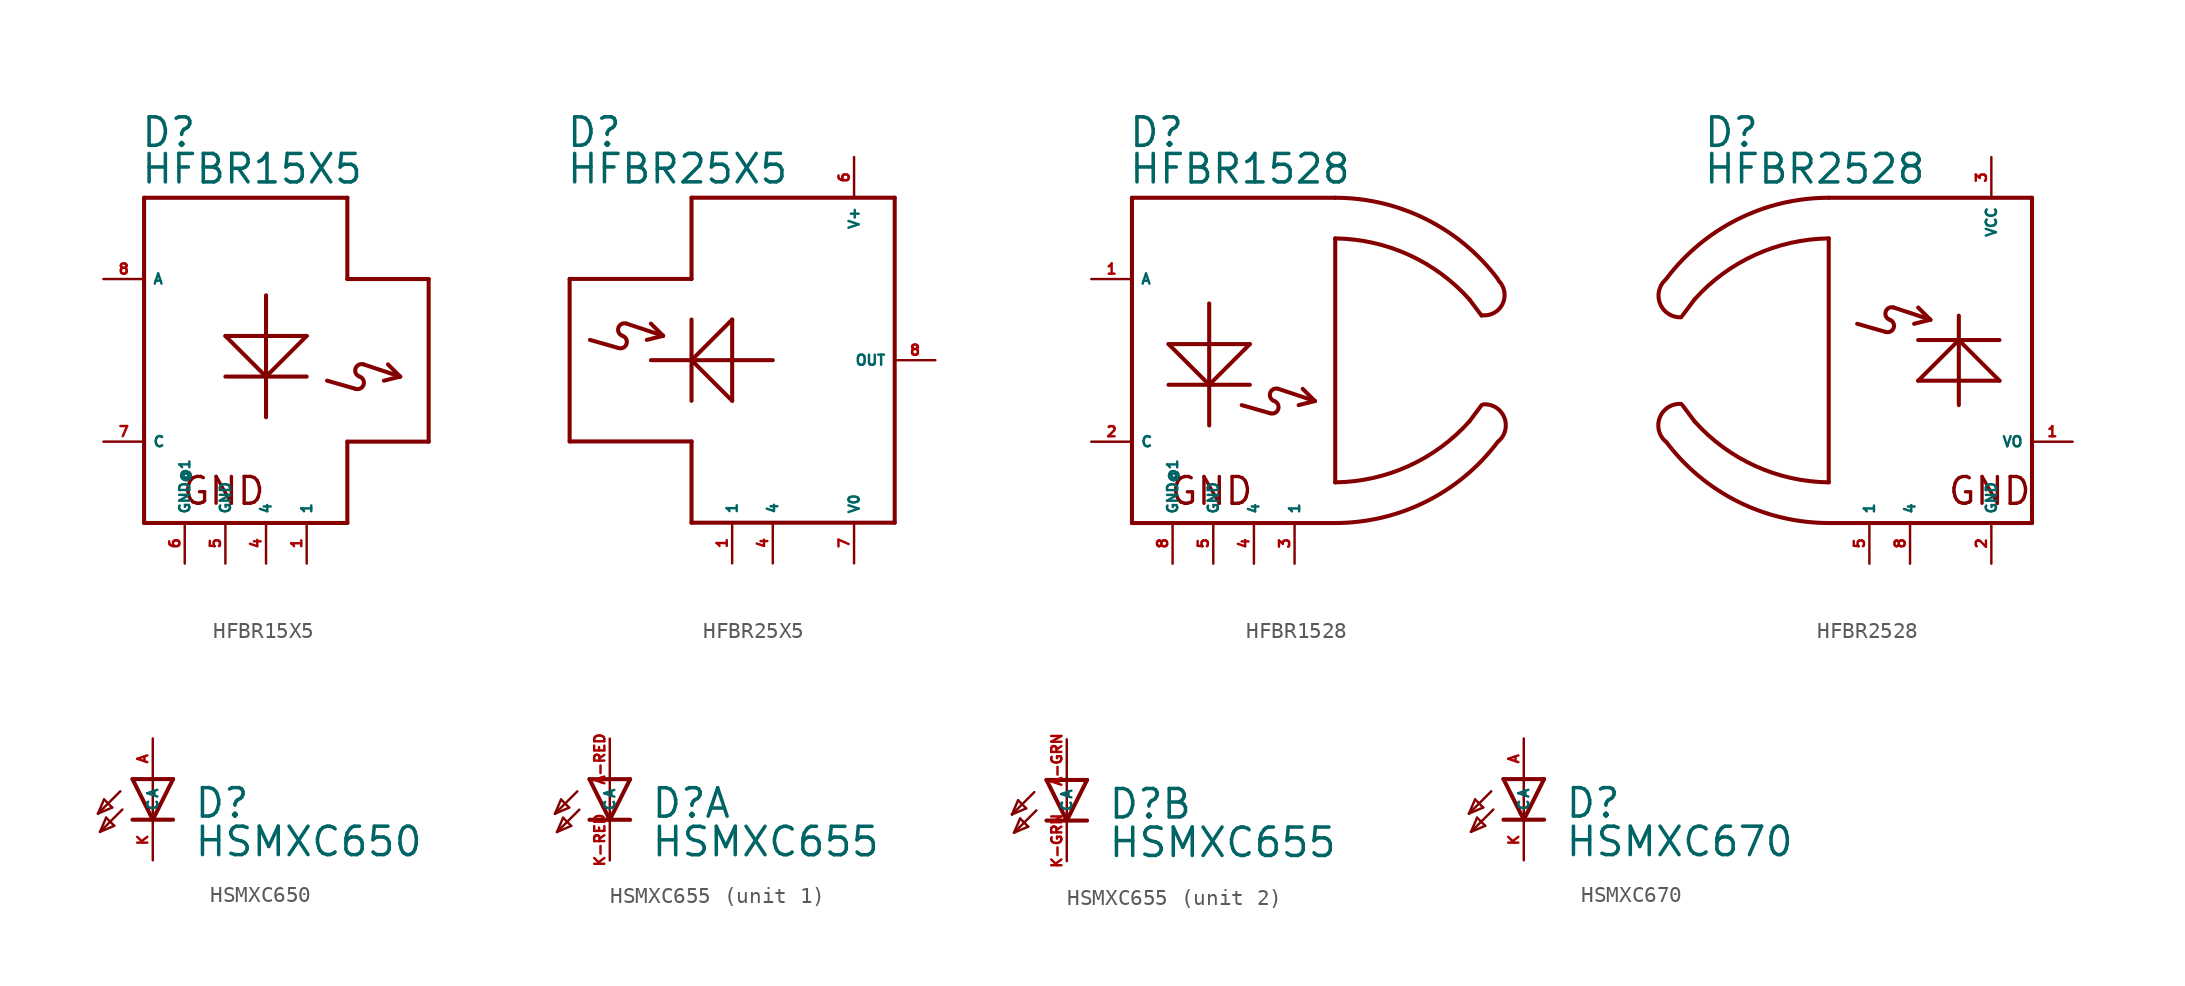
<source format=kicad_sym>
(kicad_symbol_lib
  (version 20220914)
  (generator kicad_symbol_editor)
  (symbol "HFBR15X5"
    (property "Reference" "D"
      (at -5.334 13.208 0)
      (effects (font (size 1.778 1.778) (thickness 0.22)) (justify left bottom)))
    (property "Value" "HFBR15X5"
      (at -5.334 10.922 0)
      (effects (font (size 1.778 1.778) (thickness 0.22)) (justify left bottom)))
    (symbol "HFBR15X5_1_1"
      (polyline (pts (xy -5.08 -10.16) (xy 7.62 -10.16)) (stroke (width 0.254) (type default)) (fill (type none)))
      (polyline (pts (xy -5.08 10.16) (xy -5.08 -10.16)) (stroke (width 0.254) (type default)) (fill (type none)))
      (polyline (pts (xy 0 1.524) (xy 2.54 -1.016)) (stroke (width 0.254) (type default)) (fill (type none)))
      (polyline (pts (xy 2.54 -1.016) (xy 2.54 -3.556)) (stroke (width 0.254) (type default)) (fill (type none)))
      (polyline (pts (xy 2.54 -1.016) (xy 5.08 1.524)) (stroke (width 0.254) (type default)) (fill (type none)))
      (polyline (pts (xy 2.54 4.064) (xy 2.54 -1.016)) (stroke (width 0.254) (type default)) (fill (type none)))
      (polyline (pts (xy 5.08 -1.016) (xy 0 -1.016)) (stroke (width 0.254) (type default)) (fill (type none)))
      (polyline (pts (xy 5.08 1.524) (xy 0 1.524)) (stroke (width 0.254) (type default)) (fill (type none)))
      (polyline (pts (xy 6.35 -1.27) (xy 8.128 -1.778)) (stroke (width 0.254) (type default)) (fill (type none)))
      (polyline (pts (xy 7.62 -10.16) (xy 7.62 -5.08)) (stroke (width 0.254) (type default)) (fill (type none)))
      (polyline (pts (xy 7.62 -5.08) (xy 12.7 -5.08)) (stroke (width 0.254) (type default)) (fill (type none)))
      (polyline (pts (xy 7.62 5.08) (xy 7.62 10.16)) (stroke (width 0.254) (type default)) (fill (type none)))
      (polyline (pts (xy 7.62 10.16) (xy -5.08 10.16)) (stroke (width 0.254) (type default)) (fill (type none)))
      (polyline (pts (xy 8.636 -0.254) (xy 10.922 -1.016)) (stroke (width 0.254) (type default)) (fill (type none)))
      (polyline (pts (xy 10.922 -1.016) (xy 9.906 -1.27)) (stroke (width 0.254) (type default)) (fill (type none)))
      (polyline (pts (xy 10.922 -1.016) (xy 10.16 -0.254)) (stroke (width 0.254) (type default)) (fill (type none)))
      (polyline (pts (xy 12.7 -5.08) (xy 12.7 5.08)) (stroke (width 0.254) (type default)) (fill (type none)))
      (polyline (pts (xy 12.7 5.08) (xy 7.62 5.08)) (stroke (width 0.254) (type default)) (fill (type none)))
      (arc (start 8.128 -1.778) (mid 8.6344 -1.5235) (end 8.382 -1.016) (stroke (width 0.254) (type default)) (fill (type none)))
      (arc (start 8.636 -0.254) (mid 8.1296 -0.5085) (end 8.382 -1.016) (stroke (width 0.254) (type default)) (fill (type none)))
      (text "GND" (at -2.794 -9.144 0) (effects (font (size 1.676 1.676) (thickness 0.21)) (justify left bottom)))
      (pin passive line (at 5.08 -12.7 90) (length 2.54) (name "1" (effects (font (size 0.635 0.635)))) (number "1" (effects (font (size 0.635 0.635)))))
      (pin passive line (at 2.54 -12.7 90) (length 2.54) (name "4" (effects (font (size 0.635 0.635)))) (number "4" (effects (font (size 0.635 0.635)))))
      (pin passive line (at 0 -12.7 90) (length 2.54) (name "GND" (effects (font (size 0.635 0.635)))) (number "5" (effects (font (size 0.635 0.635)))))
      (pin passive line (at -2.54 -12.7 90) (length 2.54) (name "GND@1" (effects (font (size 0.635 0.635)))) (number "6" (effects (font (size 0.635 0.635)))))
      (pin output line (at -7.62 -5.08 0) (length 2.54) (name "C" (effects (font (size 0.635 0.635)))) (number "7" (effects (font (size 0.635 0.635)))))
      (pin output line (at -7.62 5.08 0) (length 2.54) (name "A" (effects (font (size 0.635 0.635)))) (number "8" (effects (font (size 0.635 0.635)))))))
  (symbol "HFBR25X5"
    (property "Reference" "D"
      (at -15.494 13.208 0)
      (effects (font (size 1.778 1.778) (thickness 0.22)) (justify left bottom)))
    (property "Value" "HFBR25X5"
      (at -15.494 10.922 0)
      (effects (font (size 1.778 1.778) (thickness 0.22)) (justify left bottom)))
    (symbol "HFBR25X5_1_1"
      (arc (start -12.192 0.762) (mid -11.6856 1.0165) (end -11.938 1.524) (stroke (width 0.254) (type default)) (fill (type none)))
      (arc (start -11.684 2.286) (mid -12.1904 2.0315) (end -11.938 1.524) (stroke (width 0.254) (type default)) (fill (type none)))
      (polyline (pts (xy -15.24 -5.08) (xy -15.24 5.08)) (stroke (width 0.254) (type default)) (fill (type none)))
      (polyline (pts (xy -15.24 5.08) (xy -7.62 5.08)) (stroke (width 0.254) (type default)) (fill (type none)))
      (polyline (pts (xy -13.97 1.27) (xy -12.192 0.762)) (stroke (width 0.254) (type default)) (fill (type none)))
      (polyline (pts (xy -11.684 2.286) (xy -9.398 1.524)) (stroke (width 0.254) (type default)) (fill (type none)))
      (polyline (pts (xy -9.398 1.524) (xy -10.414 1.27)) (stroke (width 0.254) (type default)) (fill (type none)))
      (polyline (pts (xy -9.398 1.524) (xy -10.16 2.286)) (stroke (width 0.254) (type default)) (fill (type none)))
      (polyline (pts (xy -7.62 -10.16) (xy -7.62 -5.08)) (stroke (width 0.254) (type default)) (fill (type none)))
      (polyline (pts (xy -7.62 -5.08) (xy -15.24 -5.08)) (stroke (width 0.254) (type default)) (fill (type none)))
      (polyline (pts (xy -7.62 0) (xy -10.16 0)) (stroke (width 0.254) (type default)) (fill (type none)))
      (polyline (pts (xy -7.62 0) (xy -5.08 2.54)) (stroke (width 0.254) (type default)) (fill (type none)))
      (polyline (pts (xy -7.62 2.54) (xy -7.62 -2.54)) (stroke (width 0.254) (type default)) (fill (type none)))
      (polyline (pts (xy -7.62 5.08) (xy -7.62 10.16)) (stroke (width 0.254) (type default)) (fill (type none)))
      (polyline (pts (xy -7.62 10.16) (xy 5.08 10.16)) (stroke (width 0.254) (type default)) (fill (type none)))
      (polyline (pts (xy -5.08 -2.54) (xy -7.62 0)) (stroke (width 0.254) (type default)) (fill (type none)))
      (polyline (pts (xy -5.08 2.54) (xy -5.08 -2.54)) (stroke (width 0.254) (type default)) (fill (type none)))
      (polyline (pts (xy -2.54 0) (xy -7.62 0)) (stroke (width 0.254) (type default)) (fill (type none)))
      (polyline (pts (xy 5.08 -10.16) (xy -7.62 -10.16)) (stroke (width 0.254) (type default)) (fill (type none)))
      (polyline (pts (xy 5.08 10.16) (xy 5.08 -10.16)) (stroke (width 0.254) (type default)) (fill (type none)))
      (pin passive line (at -5.08 -12.7 90) (length 2.54) (name "1" (effects (font (size 0.635 0.635)))) (number "1" (effects (font (size 0.635 0.635)))))
      (pin passive line (at -2.54 -12.7 90) (length 2.54) (name "4" (effects (font (size 0.635 0.635)))) (number "4" (effects (font (size 0.635 0.635)))))
      (pin passive line (at 2.54 12.7 270) (length 2.54) (name "V+" (effects (font (size 0.635 0.635)))) (number "6" (effects (font (size 0.635 0.635)))))
      (pin passive line (at 2.54 -12.7 90) (length 2.54) (name "V0" (effects (font (size 0.635 0.635)))) (number "7" (effects (font (size 0.635 0.635)))))
      (pin output line (at 7.62 0 180) (length 2.54) (name "OUT" (effects (font (size 0.635 0.635)))) (number "8" (effects (font (size 0.635 0.635)))))))
  (symbol "HFBR1528"
    (property "Reference" "D"
      (at -5.334 13.208 0)
      (effects (font (size 1.778 1.778) (thickness 0.22)) (justify left bottom)))
    (property "Value" "HFBR1528"
      (at -5.334 10.922 0)
      (effects (font (size 1.778 1.778) (thickness 0.22)) (justify left bottom)))
    (symbol "HFBR1528_1_1"
      (polyline (pts (xy -5.08 -10.16) (xy 7.62 -10.16)) (stroke (width 0.254) (type default)) (fill (type none)))
      (polyline (pts (xy -5.08 10.16) (xy -5.08 -10.16)) (stroke (width 0.254) (type default)) (fill (type none)))
      (polyline (pts (xy -2.794 1.016) (xy -0.254 -1.524)) (stroke (width 0.254) (type default)) (fill (type none)))
      (polyline (pts (xy -0.254 -1.524) (xy -0.254 -4.064)) (stroke (width 0.254) (type default)) (fill (type none)))
      (polyline (pts (xy -0.254 -1.524) (xy 2.286 1.016)) (stroke (width 0.254) (type default)) (fill (type none)))
      (polyline (pts (xy -0.254 3.556) (xy -0.254 -1.524)) (stroke (width 0.254) (type default)) (fill (type none)))
      (polyline (pts (xy 1.778 -2.794) (xy 3.556 -3.302)) (stroke (width 0.254) (type default)) (fill (type none)))
      (polyline (pts (xy 2.286 -1.524) (xy -2.794 -1.524)) (stroke (width 0.254) (type default)) (fill (type none)))
      (polyline (pts (xy 2.286 1.016) (xy -2.794 1.016)) (stroke (width 0.254) (type default)) (fill (type none)))
      (polyline (pts (xy 4.064 -1.778) (xy 6.35 -2.54)) (stroke (width 0.254) (type default)) (fill (type none)))
      (polyline (pts (xy 6.35 -2.54) (xy 5.334 -2.794)) (stroke (width 0.254) (type default)) (fill (type none)))
      (polyline (pts (xy 6.35 -2.54) (xy 5.588 -1.778)) (stroke (width 0.254) (type default)) (fill (type none)))
      (polyline (pts (xy 7.62 -7.62) (xy 7.62 7.62)) (stroke (width 0.254) (type default)) (fill (type none)))
      (polyline (pts (xy 7.62 10.16) (xy -5.08 10.16)) (stroke (width 0.254) (type default)) (fill (type none)))
      (polyline (pts (xy 16.002 3.81) (xy 16.764 2.794)) (stroke (width 0.254) (type default)) (fill (type none)))
      (polyline (pts (xy 16.764 -2.794) (xy 16.002 -3.81)) (stroke (width 0.254) (type default)) (fill (type none)))
      (arc (start 3.556 -3.302) (mid 4.0624 -3.0475) (end 3.81 -2.54) (stroke (width 0.254) (type default)) (fill (type none)))
      (arc (start 4.064 -1.778) (mid 3.5576 -2.0325) (end 3.81 -2.54) (stroke (width 0.254) (type default)) (fill (type none)))
      (arc (start 7.62 -10.16) (mid 13.3 -8.819) (end 17.78 -5.08) (stroke (width 0.254) (type default)) (fill (type none)))
      (arc (start 7.62 -7.62) (mid 12.212 -6.596) (end 16.002 -3.81) (stroke (width 0.254) (type default)) (fill (type none)))
      (arc (start 16.002 3.81) (mid 12.212 6.596) (end 7.62 7.62) (stroke (width 0.254) (type default)) (fill (type none)))
      (arc (start 16.7894 2.8194) (mid 18.0767 3.5291) (end 17.8308 4.9784) (stroke (width 0.254) (type default)) (fill (type none)))
      (arc (start 17.78 5.08) (mid 13.3 8.819) (end 7.62 10.16) (stroke (width 0.254) (type default)) (fill (type none)))
      (arc (start 17.8303 -5.0391) (mid 18.1773 -3.5571) (end 16.891 -2.7432) (stroke (width 0.254) (type default)) (fill (type none)))
      (text "GND" (at -2.794 -9.144 0) (effects (font (size 1.676 1.676) (thickness 0.21)) (justify left bottom)))
      (pin passive line (at -7.62 5.08 0) (length 2.54) (name "A" (effects (font (size 0.635 0.635)))) (number "1" (effects (font (size 0.635 0.635)))))
      (pin passive line (at -7.62 -5.08 0) (length 2.54) (name "C" (effects (font (size 0.635 0.635)))) (number "2" (effects (font (size 0.635 0.635)))))
      (pin passive line (at 5.08 -12.7 90) (length 2.54) (name "1" (effects (font (size 0.635 0.635)))) (number "3" (effects (font (size 0.635 0.635)))))
      (pin passive line (at 2.54 -12.7 90) (length 2.54) (name "4" (effects (font (size 0.635 0.635)))) (number "4" (effects (font (size 0.635 0.635)))))
      (pin passive line (at 0 -12.7 90) (length 2.54) (name "GND" (effects (font (size 0.635 0.635)))) (number "5" (effects (font (size 0.635 0.635)))))
      (pin passive line (at -2.54 -12.7 90) (length 2.54) (name "GND@1" (effects (font (size 0.635 0.635)))) (number "8" (effects (font (size 0.635 0.635)))))))
  (symbol "HFBR2528"
    (property "Reference" "D"
      (at -15.494 13.208 0)
      (effects (font (size 1.778 1.778) (thickness 0.22)) (justify left bottom)))
    (property "Value" "HFBR2528"
      (at -15.494 10.922 0)
      (effects (font (size 1.778 1.778) (thickness 0.22)) (justify left bottom)))
    (symbol "HFBR2528_1_1"
      (arc (start -17.8308 5.0292) (mid -18.1465 3.517) (end -16.8402 2.6924) (stroke (width 0.254) (type default)) (fill (type none)))
      (arc (start -17.78 -5.08) (mid -13.3 -8.819) (end -7.62 -10.16) (stroke (width 0.254) (type default)) (fill (type none)))
      (arc (start -16.8402 -2.7178) (mid -18.1622 -3.5357) (end -17.8308 -5.0546) (stroke (width 0.254) (type default)) (fill (type none)))
      (arc (start -16.002 -3.81) (mid -12.212 -6.596) (end -7.62 -7.62) (stroke (width 0.254) (type default)) (fill (type none)))
      (arc (start -7.62 7.62) (mid -12.212 6.596) (end -16.002 3.81) (stroke (width 0.254) (type default)) (fill (type none)))
      (arc (start -7.62 10.16) (mid -13.3 8.819) (end -17.78 5.08) (stroke (width 0.254) (type default)) (fill (type none)))
      (arc (start -4.064 1.778) (mid -3.5576 2.0325) (end -3.81 2.54) (stroke (width 0.254) (type default)) (fill (type none)))
      (arc (start -3.556 3.302) (mid -4.0624 3.0475) (end -3.81 2.54) (stroke (width 0.254) (type default)) (fill (type none)))
      (polyline (pts (xy -16.764 2.794) (xy -16.002 3.81)) (stroke (width 0.254) (type default)) (fill (type none)))
      (polyline (pts (xy -16.002 -3.81) (xy -16.764 -2.794)) (stroke (width 0.254) (type default)) (fill (type none)))
      (polyline (pts (xy -7.62 -10.16) (xy 5.08 -10.16)) (stroke (width 0.254) (type default)) (fill (type none)))
      (polyline (pts (xy -7.62 7.62) (xy -7.62 -7.62)) (stroke (width 0.254) (type default)) (fill (type none)))
      (polyline (pts (xy -5.842 2.286) (xy -4.064 1.778)) (stroke (width 0.254) (type default)) (fill (type none)))
      (polyline (pts (xy -3.556 3.302) (xy -1.27 2.54)) (stroke (width 0.254) (type default)) (fill (type none)))
      (polyline (pts (xy -2.032 -1.27) (xy 3.048 -1.27)) (stroke (width 0.254) (type default)) (fill (type none)))
      (polyline (pts (xy -2.032 1.27) (xy 0.508 1.27)) (stroke (width 0.254) (type default)) (fill (type none)))
      (polyline (pts (xy -1.27 2.54) (xy -2.286 2.286)) (stroke (width 0.254) (type default)) (fill (type none)))
      (polyline (pts (xy -1.27 2.54) (xy -2.032 3.302)) (stroke (width 0.254) (type default)) (fill (type none)))
      (polyline (pts (xy 0.508 -2.794) (xy 0.508 1.27)) (stroke (width 0.254) (type default)) (fill (type none)))
      (polyline (pts (xy 0.508 1.27) (xy -2.032 -1.27)) (stroke (width 0.254) (type default)) (fill (type none)))
      (polyline (pts (xy 0.508 1.27) (xy 0.508 2.794)) (stroke (width 0.254) (type default)) (fill (type none)))
      (polyline (pts (xy 0.508 1.27) (xy 3.048 1.27)) (stroke (width 0.254) (type default)) (fill (type none)))
      (polyline (pts (xy 3.048 -1.27) (xy 0.508 1.27)) (stroke (width 0.254) (type default)) (fill (type none)))
      (polyline (pts (xy 5.08 -10.16) (xy 5.08 10.16)) (stroke (width 0.254) (type default)) (fill (type none)))
      (polyline (pts (xy 5.08 10.16) (xy -7.62 10.16)) (stroke (width 0.254) (type default)) (fill (type none)))
      (text "GND" (at -0.254 -9.144 0) (effects (font (size 1.676 1.676) (thickness 0.21)) (justify left bottom)))
      (pin output line (at 7.62 -5.08 180) (length 2.54) (name "VO" (effects (font (size 0.635 0.635)))) (number "1" (effects (font (size 0.635 0.635)))))
      (pin passive line (at 2.54 -12.7 90) (length 2.54) (name "GND" (effects (font (size 0.635 0.635)))) (number "2" (effects (font (size 0.635 0.635)))))
      (pin passive line (at 2.54 12.7 270) (length 2.54) (name "VCC" (effects (font (size 0.635 0.635)))) (number "3" (effects (font (size 0.635 0.635)))))
      (pin passive line (at -5.08 -12.7 90) (length 2.54) (name "1" (effects (font (size 0.635 0.635)))) (number "5" (effects (font (size 0.635 0.635)))))
      (pin passive line (at -2.54 -12.7 90) (length 2.54) (name "4" (effects (font (size 0.635 0.635)))) (number "8" (effects (font (size 0.635 0.635)))))))
  (symbol "HSMXC650"
    (property "Reference" "D"
      (at 2.54 0 0)
      (effects (font (size 1.778 1.778) (thickness 0.22)) (justify left bottom)))
    (property "Value" "HSMXC650"
      (at 2.54 -2.413 0)
      (effects (font (size 1.778 1.778) (thickness 0.22)) (justify left bottom)))
    (symbol "HSMXC650_1_1"
      (polyline (pts (xy -3.429 0.381) (xy -2.54 0.762)) (stroke (width 0.152) (type default)) (fill (type none)))
      (polyline (pts (xy -3.302 -0.762) (xy -2.413 -0.381)) (stroke (width 0.152) (type default)) (fill (type none)))
      (polyline (pts (xy -3.048 1.27) (xy -3.429 0.381)) (stroke (width 0.152) (type default)) (fill (type none)))
      (polyline (pts (xy -2.921 0.127) (xy -3.302 -0.762)) (stroke (width 0.152) (type default)) (fill (type none)))
      (polyline (pts (xy -2.54 0.762) (xy -3.048 1.27)) (stroke (width 0.152) (type default)) (fill (type none)))
      (polyline (pts (xy -2.413 -0.381) (xy -2.921 0.127)) (stroke (width 0.152) (type default)) (fill (type none)))
      (polyline (pts (xy -2.032 1.778) (xy -3.429 0.381)) (stroke (width 0.152) (type default)) (fill (type none)))
      (polyline (pts (xy -1.905 0.635) (xy -3.302 -0.762)) (stroke (width 0.152) (type default)) (fill (type none)))
      (polyline (pts (xy 0 0) (xy -1.27 0)) (stroke (width 0.254) (type default)) (fill (type none)))
      (polyline (pts (xy 0 0) (xy -1.27 2.54)) (stroke (width 0.254) (type default)) (fill (type none)))
      (polyline (pts (xy 0 2.54) (xy -1.27 2.54)) (stroke (width 0.254) (type default)) (fill (type none)))
      (polyline (pts (xy 0 2.54) (xy 0 0)) (stroke (width 0.152) (type default)) (fill (type none)))
      (polyline (pts (xy 1.27 0) (xy 0 0)) (stroke (width 0.254) (type default)) (fill (type none)))
      (polyline (pts (xy 1.27 2.54) (xy 0 0)) (stroke (width 0.254) (type default)) (fill (type none)))
      (polyline (pts (xy 1.27 2.54) (xy 0 2.54)) (stroke (width 0.254) (type default)) (fill (type none)))
      (pin passive line (at 0 5.08 270) (length 2.54) (name "A" (effects (font (size 0.635 0.635)))) (number "A" (effects (font (size 0.635 0.635)))))
      (pin passive line (at 0 -2.54 90) (length 2.54) (name "C" (effects (font (size 0.635 0.635)))) (number "K" (effects (font (size 0.635 0.635)))))))
  (symbol "HSMXC655"
    (property "Reference" "D"
      (at 2.54 0 0)
      (effects (font (size 1.778 1.778) (thickness 0.22)) (justify left bottom)))
    (property "Value" "HSMXC655"
      (at 2.54 -2.413 0)
      (effects (font (size 1.778 1.778) (thickness 0.22)) (justify left bottom)))
    (symbol "HSMXC655_1_0"
      (polyline (pts (xy -3.429 0.381) (xy -2.54 0.762)) (stroke (width 0.152) (type default)) (fill (type none)))
      (polyline (pts (xy -3.302 -0.762) (xy -2.413 -0.381)) (stroke (width 0.152) (type default)) (fill (type none)))
      (polyline (pts (xy -3.048 1.27) (xy -3.429 0.381)) (stroke (width 0.152) (type default)) (fill (type none)))
      (polyline (pts (xy -2.921 0.127) (xy -3.302 -0.762)) (stroke (width 0.152) (type default)) (fill (type none)))
      (polyline (pts (xy -2.54 0.762) (xy -3.048 1.27)) (stroke (width 0.152) (type default)) (fill (type none)))
      (polyline (pts (xy -2.413 -0.381) (xy -2.921 0.127)) (stroke (width 0.152) (type default)) (fill (type none)))
      (polyline (pts (xy -2.032 1.778) (xy -3.429 0.381)) (stroke (width 0.152) (type default)) (fill (type none)))
      (polyline (pts (xy -1.905 0.635) (xy -3.302 -0.762)) (stroke (width 0.152) (type default)) (fill (type none)))
      (polyline (pts (xy 0 0) (xy -1.27 0)) (stroke (width 0.254) (type default)) (fill (type none)))
      (polyline (pts (xy 0 0) (xy -1.27 2.54)) (stroke (width 0.254) (type default)) (fill (type none)))
      (polyline (pts (xy 0 2.54) (xy -1.27 2.54)) (stroke (width 0.254) (type default)) (fill (type none)))
      (polyline (pts (xy 0 2.54) (xy 0 0)) (stroke (width 0.152) (type default)) (fill (type none)))
      (polyline (pts (xy 1.27 0) (xy 0 0)) (stroke (width 0.254) (type default)) (fill (type none)))
      (polyline (pts (xy 1.27 2.54) (xy 0 0)) (stroke (width 0.254) (type default)) (fill (type none)))
      (polyline (pts (xy 1.27 2.54) (xy 0 2.54)) (stroke (width 0.254) (type default)) (fill (type none)))
      (pin passive line (at 0 5.08 270) (length 2.54) (name "A" (effects (font (size 0.635 0.635)))) (number "A-RED" (effects (font (size 0.635 0.635)))))
      (pin passive line (at 0 -2.54 90) (length 2.54) (name "C" (effects (font (size 0.635 0.635)))) (number "K-RED" (effects (font (size 0.635 0.635))))))
    (symbol "HSMXC655_2_0"
      (polyline (pts (xy -3.429 0.381) (xy -2.54 0.762)) (stroke (width 0.152) (type default)) (fill (type none)))
      (polyline (pts (xy -3.302 -0.762) (xy -2.413 -0.381)) (stroke (width 0.152) (type default)) (fill (type none)))
      (polyline (pts (xy -3.048 1.27) (xy -3.429 0.381)) (stroke (width 0.152) (type default)) (fill (type none)))
      (polyline (pts (xy -2.921 0.127) (xy -3.302 -0.762)) (stroke (width 0.152) (type default)) (fill (type none)))
      (polyline (pts (xy -2.54 0.762) (xy -3.048 1.27)) (stroke (width 0.152) (type default)) (fill (type none)))
      (polyline (pts (xy -2.413 -0.381) (xy -2.921 0.127)) (stroke (width 0.152) (type default)) (fill (type none)))
      (polyline (pts (xy -2.032 1.778) (xy -3.429 0.381)) (stroke (width 0.152) (type default)) (fill (type none)))
      (polyline (pts (xy -1.905 0.635) (xy -3.302 -0.762)) (stroke (width 0.152) (type default)) (fill (type none)))
      (polyline (pts (xy 0 0) (xy -1.27 0)) (stroke (width 0.254) (type default)) (fill (type none)))
      (polyline (pts (xy 0 0) (xy -1.27 2.54)) (stroke (width 0.254) (type default)) (fill (type none)))
      (polyline (pts (xy 0 2.54) (xy -1.27 2.54)) (stroke (width 0.254) (type default)) (fill (type none)))
      (polyline (pts (xy 0 2.54) (xy 0 0)) (stroke (width 0.152) (type default)) (fill (type none)))
      (polyline (pts (xy 1.27 0) (xy 0 0)) (stroke (width 0.254) (type default)) (fill (type none)))
      (polyline (pts (xy 1.27 2.54) (xy 0 0)) (stroke (width 0.254) (type default)) (fill (type none)))
      (polyline (pts (xy 1.27 2.54) (xy 0 2.54)) (stroke (width 0.254) (type default)) (fill (type none)))
      (pin passive line (at 0 5.08 270) (length 2.54) (name "A" (effects (font (size 0.635 0.635)))) (number "A-GRN" (effects (font (size 0.635 0.635)))))
      (pin passive line (at 0 -2.54 90) (length 2.54) (name "C" (effects (font (size 0.635 0.635)))) (number "K-GRN" (effects (font (size 0.635 0.635)))))))
  (symbol "HSMXC670"
    (property "Reference" "D"
      (at 2.54 0 0)
      (effects (font (size 1.778 1.778) (thickness 0.22)) (justify left bottom)))
    (property "Value" "HSMXC670"
      (at 2.54 -2.413 0)
      (effects (font (size 1.778 1.778) (thickness 0.22)) (justify left bottom)))
    (symbol "HSMXC670_1_1"
      (polyline (pts (xy -3.429 0.381) (xy -2.54 0.762)) (stroke (width 0.152) (type default)) (fill (type none)))
      (polyline (pts (xy -3.302 -0.762) (xy -2.413 -0.381)) (stroke (width 0.152) (type default)) (fill (type none)))
      (polyline (pts (xy -3.048 1.27) (xy -3.429 0.381)) (stroke (width 0.152) (type default)) (fill (type none)))
      (polyline (pts (xy -2.921 0.127) (xy -3.302 -0.762)) (stroke (width 0.152) (type default)) (fill (type none)))
      (polyline (pts (xy -2.54 0.762) (xy -3.048 1.27)) (stroke (width 0.152) (type default)) (fill (type none)))
      (polyline (pts (xy -2.413 -0.381) (xy -2.921 0.127)) (stroke (width 0.152) (type default)) (fill (type none)))
      (polyline (pts (xy -2.032 1.778) (xy -3.429 0.381)) (stroke (width 0.152) (type default)) (fill (type none)))
      (polyline (pts (xy -1.905 0.635) (xy -3.302 -0.762)) (stroke (width 0.152) (type default)) (fill (type none)))
      (polyline (pts (xy 0 0) (xy -1.27 0)) (stroke (width 0.254) (type default)) (fill (type none)))
      (polyline (pts (xy 0 0) (xy -1.27 2.54)) (stroke (width 0.254) (type default)) (fill (type none)))
      (polyline (pts (xy 0 2.54) (xy -1.27 2.54)) (stroke (width 0.254) (type default)) (fill (type none)))
      (polyline (pts (xy 0 2.54) (xy 0 0)) (stroke (width 0.152) (type default)) (fill (type none)))
      (polyline (pts (xy 1.27 0) (xy 0 0)) (stroke (width 0.254) (type default)) (fill (type none)))
      (polyline (pts (xy 1.27 2.54) (xy 0 0)) (stroke (width 0.254) (type default)) (fill (type none)))
      (polyline (pts (xy 1.27 2.54) (xy 0 2.54)) (stroke (width 0.254) (type default)) (fill (type none)))
      (pin passive line (at 0 5.08 270) (length 2.54) (name "A" (effects (font (size 0.635 0.635)))) (number "A" (effects (font (size 0.635 0.635)))))
      (pin passive line (at 0 -2.54 90) (length 2.54) (name "C" (effects (font (size 0.635 0.635)))) (number "K" (effects (font (size 0.635 0.635))))))))
</source>
